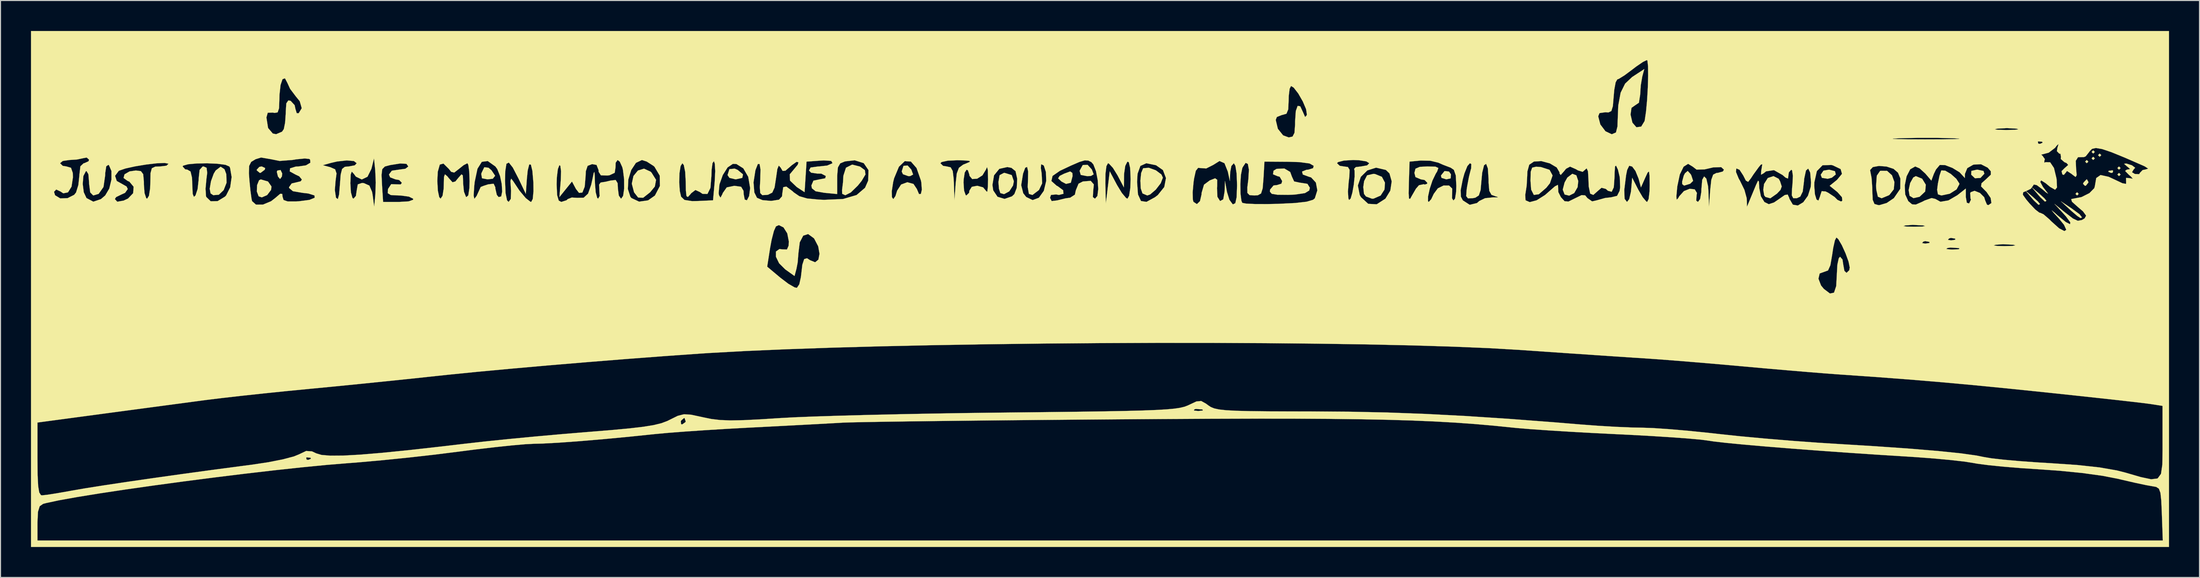
<source format=kicad_pcb>
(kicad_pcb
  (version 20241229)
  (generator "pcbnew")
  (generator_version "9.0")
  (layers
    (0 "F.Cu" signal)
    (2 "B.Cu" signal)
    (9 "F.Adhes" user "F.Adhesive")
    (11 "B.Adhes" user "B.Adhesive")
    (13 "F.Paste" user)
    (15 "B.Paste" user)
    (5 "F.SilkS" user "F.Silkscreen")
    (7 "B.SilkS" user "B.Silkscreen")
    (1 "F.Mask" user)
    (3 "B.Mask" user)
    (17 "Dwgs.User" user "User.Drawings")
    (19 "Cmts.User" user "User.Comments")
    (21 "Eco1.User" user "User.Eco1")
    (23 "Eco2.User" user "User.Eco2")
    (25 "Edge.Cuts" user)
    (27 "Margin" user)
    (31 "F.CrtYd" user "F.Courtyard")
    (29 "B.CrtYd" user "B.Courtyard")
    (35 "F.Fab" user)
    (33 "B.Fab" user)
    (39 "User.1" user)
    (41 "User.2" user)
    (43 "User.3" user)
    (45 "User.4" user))
  (footprint "1000miles"
    (layer "F.Cu")
    (at 105.097 25.405)
    (property "Reference" "1000miles" (at 0 0 0) (layer "F.SilkS") (effects (font (size 1.524 1.524) (thickness 0.3))))
    (attr through_hole)
    (fp_poly (pts (xy 96.52 -9.366) (xy 96.361 -9.207) (xy 96.203 -9.366) (xy 96.361 -9.525) (xy 96.52 -9.366)) (stroke (width 0.01) (type solid)) (fill yes) (layer "F.SilkS"))
    (fp_poly (pts (xy 97.472 -12.541) (xy 97.314 -12.383) (xy 97.155 -12.541) (xy 97.314 -12.7) (xy 97.472 -12.541)) (stroke (width 0.01) (type solid)) (fill yes) (layer "F.SilkS"))
    (fp_poly (pts (xy 98.108 -13.494) (xy 97.949 -13.335) (xy 97.79 -13.494) (xy 97.949 -13.652) (xy 98.108 -13.494)) (stroke (width 0.01) (type solid)) (fill yes) (layer "F.SilkS"))
    (fp_poly (pts (xy 98.108 -12.859) (xy 97.949 -12.7) (xy 97.79 -12.859) (xy 97.949 -13.018) (xy 98.108 -12.859)) (stroke (width 0.01) (type solid)) (fill yes) (layer "F.SilkS"))
    (fp_poly (pts (xy 98.743 -13.176) (xy 98.584 -13.018) (xy 98.425 -13.176) (xy 98.584 -13.335) (xy 98.743 -13.176)) (stroke (width 0.01) (type solid)) (fill yes) (layer "F.SilkS"))
    (fp_poly (pts (xy 100.647 -11.906) (xy 100.489 -11.748) (xy 100.33 -11.906) (xy 100.489 -12.065) (xy 100.647 -11.906)) (stroke (width 0.01) (type solid)) (fill yes) (layer "F.SilkS"))
    (fp_poly (pts (xy 100.647 -11.271) (xy 100.489 -11.113) (xy 100.33 -11.271) (xy 100.489 -11.43) (xy 100.647 -11.271)) (stroke (width 0.01) (type solid)) (fill yes) (layer "F.SilkS"))
    (fp_poly (pts (xy 99.907 -11.642) (xy 99.863 -11.453) (xy 99.695 -11.43) (xy 99.434 -11.546) (xy 99.483 -11.642) (xy 99.86 -11.68) (xy 99.907 -11.642)) (stroke (width 0.01) (type solid)) (fill yes) (layer "F.SilkS"))
    (fp_poly (pts (xy -80.356 -11.364) (xy -80.395 -11.069) (xy -80.57 -10.83) (xy -80.777 -11.07) (xy -80.894 -11.537) (xy -80.836 -11.663) (xy -80.522 -11.715) (xy -80.356 -11.364)) (stroke (width 0.01) (type solid)) (fill yes) (layer "F.SilkS"))
    (fp_poly (pts (xy 34.522 -11.564) (xy 34.717 -11.285) (xy 34.681 -10.889) (xy 34.254 -10.795) (xy 33.784 -10.943) (xy 33.728 -11.172) (xy 34.083 -11.614) (xy 34.522 -11.564)) (stroke (width 0.01) (type solid)) (fill yes) (layer "F.SilkS"))
    (fp_poly (pts (xy 91.996 -9.079) (xy 92.504 -8.615) (xy 92.71 -8.365) (xy 92.565 -8.285) (xy 92.111 -8.711) (xy 91.886 -8.969) (xy 91.281 -9.684) (xy 91.996 -9.079)) (stroke (width 0.01) (type solid)) (fill yes) (layer "F.SilkS"))
    (fp_poly (pts (xy 92.631 -9.396) (xy 93.139 -8.933) (xy 93.345 -8.682) (xy 93.2 -8.602) (xy 92.746 -9.029) (xy 92.521 -9.287) (xy 91.916 -10.001) (xy 92.631 -9.396)) (stroke (width 0.01) (type solid)) (fill yes) (layer "F.SilkS"))
    (fp_poly (pts (xy -82.044 -11.911) (xy -82.074 -11.748) (xy -82.48 -11.442) (xy -82.569 -11.43) (xy -82.859 -11.672) (xy -82.868 -11.748) (xy -82.609 -12.026) (xy -82.373 -12.065) (xy -82.044 -11.911)) (stroke (width 0.01) (type solid)) (fill yes) (layer "F.SilkS"))
    (fp_poly (pts (xy -18.42 -11.756) (xy -18.242 -11.27) (xy -18.525 -11.119) (xy -18.721 -11.113) (xy -19.242 -11.3) (xy -19.367 -11.57) (xy -19.189 -12.123) (xy -18.788 -12.163) (xy -18.42 -11.756)) (stroke (width 0.01) (type solid)) (fill yes) (layer "F.SilkS"))
    (fp_poly (pts (xy 72.523 -11.6) (xy 72.605 -11.277) (xy 72.215 -10.959) (xy 71.81 -10.852) (xy 71.237 -10.942) (xy 71.12 -11.249) (xy 71.394 -11.654) (xy 71.94 -11.748) (xy 72.523 -11.6)) (stroke (width 0.01) (type solid)) (fill yes) (layer "F.SilkS"))
    (fp_poly (pts (xy 87.148 -11.621) (xy 87.233 -11.351) (xy 86.847 -10.933) (xy 86.304 -10.904) (xy 85.934 -11.256) (xy 85.955 -11.629) (xy 86.486 -11.747) (xy 86.555 -11.748) (xy 87.148 -11.621)) (stroke (width 0.01) (type solid)) (fill yes) (layer "F.SilkS"))
    (fp_poly (pts (xy 95.806 -7.945) (xy 96.6 -7.364) (xy 96.843 -7.046) (xy 96.696 -6.985) (xy 96.395 -7.179) (xy 95.826 -7.661) (xy 95.665 -7.808) (xy 94.774 -8.631) (xy 95.806 -7.945)) (stroke (width 0.01) (type solid)) (fill yes) (layer "F.SilkS"))
    (fp_poly (pts (xy 97.469 -10.549) (xy 97.472 -10.477) (xy 97.228 -10.172) (xy 97.136 -10.16) (xy 96.947 -10.355) (xy 96.996 -10.477) (xy 97.282 -10.78) (xy 97.332 -10.795) (xy 97.469 -10.549)) (stroke (width 0.01) (type solid)) (fill yes) (layer "F.SilkS"))
    (fp_poly (pts (xy -60.051 -11.94) (xy -59.754 -11.684) (xy -59.396 -11.15) (xy -59.627 -10.856) (xy -60.137 -10.795) (xy -60.689 -10.901) (xy -60.762 -11.313) (xy -60.734 -11.43) (xy -60.465 -11.988) (xy -60.051 -11.94)) (stroke (width 0.01) (type solid)) (fill yes) (layer "F.SilkS"))
    (fp_poly (pts (xy -35.518 -11.725) (xy -34.99 -11.286) (xy -35.061 -10.939) (xy -35.706 -10.795) (xy -35.719 -10.795) (xy -36.326 -10.941) (xy -36.513 -11.218) (xy -36.332 -11.8) (xy -35.809 -11.852) (xy -35.518 -11.725)) (stroke (width 0.01) (type solid)) (fill yes) (layer "F.SilkS"))
    (fp_poly (pts (xy -2.563 -11.425) (xy -2.54 -11.124) (xy -2.712 -10.461) (xy -3.188 -10.348) (xy -3.632 -10.583) (xy -3.966 -10.895) (xy -3.813 -11.133) (xy -3.361 -11.36) (xy -2.776 -11.574) (xy -2.563 -11.425)) (stroke (width 0.01) (type solid)) (fill yes) (layer "F.SilkS"))
    (fp_poly (pts (xy -0.645 -11.767) (xy -0.466 -11.291) (xy -0.737 -11.127) (xy -1.123 -11.113) (xy -1.737 -11.231) (xy -1.851 -11.633) (xy -1.849 -11.642) (xy -1.54 -12.204) (xy -1.062 -12.222) (xy -0.645 -11.767)) (stroke (width 0.01) (type solid)) (fill yes) (layer "F.SilkS"))
    (fp_poly (pts (xy -81.76 -10.583) (xy -81.418 -10.096) (xy -81.453 -9.762) (xy -81.845 -9.245) (xy -82.368 -9.021) (xy -82.678 -9.124) (xy -82.86 -9.6) (xy -82.835 -10.227) (xy -82.64 -10.703) (xy -82.471 -10.79) (xy -81.76 -10.583)) (stroke (width 0.01) (type solid)) (fill yes) (layer "F.SilkS"))
    (fp_poly (pts (xy 47.061 -11.192) (xy 47.248 -10.631) (xy 47.183 -10.024) (xy 46.848 -9.444) (xy 46.351 -9.192) (xy 45.905 -9.301) (xy 45.72 -9.782) (xy 45.903 -10.49) (xy 46.175 -10.972) (xy 46.663 -11.343) (xy 47.061 -11.192)) (stroke (width 0.01) (type solid)) (fill yes) (layer "F.SilkS"))
    (fp_poly (pts (xy -8.531 -11.216) (xy -8.322 -10.607) (xy -8.405 -10.186) (xy -8.772 -9.616) (xy -9.285 -9.339) (xy -9.653 -9.441) (xy -9.791 -9.867) (xy -9.842 -10.53) (xy -9.726 -11.207) (xy -9.311 -11.427) (xy -9.226 -11.43) (xy -8.531 -11.216)) (stroke (width 0.01) (type solid)) (fill yes) (layer "F.SilkS"))
    (fp_poly (pts (xy 58.314 -11.307) (xy 58.38 -11.187) (xy 58.557 -10.647) (xy 58.271 -10.367) (xy 58.229 -10.35) (xy 57.668 -10.179) (xy 57.484 -10.327) (xy 57.472 -10.557) (xy 57.637 -11.169) (xy 57.756 -11.394) (xy 58.024 -11.623) (xy 58.314 -11.307)) (stroke (width 0.01) (type solid)) (fill yes) (layer "F.SilkS"))
    (fp_poly (pts (xy 81.107 -10.856) (xy 81.469 -10.266) (xy 81.409 -9.616) (xy 81.386 -9.578) (xy 80.855 -9.08) (xy 80.255 -8.944) (xy 79.871 -9.175) (xy 79.777 -9.735) (xy 79.926 -10.429) (xy 80.228 -10.973) (xy 80.482 -11.113) (xy 81.107 -10.856)) (stroke (width 0.01) (type solid)) (fill yes) (layer "F.SilkS"))
    (fp_poly (pts (xy -86.044 -11.79) (xy -85.863 -11.301) (xy -85.841 -10.457) (xy -86.126 -9.736) (xy -86.601 -9.281) (xy -87.148 -9.236) (xy -87.413 -9.413) (xy -87.499 -9.865) (xy -87.375 -10.607) (xy -87.103 -11.355) (xy -86.912 -11.668) (xy -86.423 -12.041) (xy -86.044 -11.79)) (stroke (width 0.01) (type solid)) (fill yes) (layer "F.SilkS"))
    (fp_poly (pts (xy -44.096 -11.555) (xy -43.992 -11.45) (xy -43.552 -10.745) (xy -43.669 -10.091) (xy -44.133 -9.525) (xy -44.817 -8.986) (xy -45.315 -9.003) (xy -45.717 -9.518) (xy -45.941 -10.37) (xy -45.777 -11.127) (xy -45.338 -11.663) (xy -44.74 -11.848) (xy -44.096 -11.555)) (stroke (width 0.01) (type solid)) (fill yes) (layer "F.SilkS"))
    (fp_poly (pts (xy 43.574 -12.006) (xy 44.421 -11.733) (xy 44.721 -11.177) (xy 44.458 -10.413) (xy 44.106 -9.973) (xy 43.364 -9.328) (xy 42.873 -9.262) (xy 42.609 -9.786) (xy 42.545 -10.656) (xy 42.566 -11.54) (xy 42.711 -11.949) (xy 43.102 -12.042) (xy 43.574 -12.006)) (stroke (width 0.01) (type solid)) (fill yes) (layer "F.SilkS"))
    (fp_poly (pts (xy 66.979 -10.853) (xy 67.117 -10.61) (xy 67.282 -10.095) (xy 67.163 -9.759) (xy 66.811 -9.389) (xy 66.158 -8.931) (xy 65.676 -9.063) (xy 65.553 -9.226) (xy 65.464 -9.768) (xy 65.54 -10.337) (xy 65.91 -10.927) (xy 66.469 -11.112) (xy 66.979 -10.853)) (stroke (width 0.01) (type solid)) (fill yes) (layer "F.SilkS"))
    (fp_poly (pts (xy -23.472 -12.053) (xy -22.992 -11.701) (xy -22.932 -11.28) (xy -23.309 -10.646) (xy -23.682 -10.184) (xy -24.372 -9.51) (xy -24.922 -9.231) (xy -25.229 -9.374) (xy -25.237 -9.763) (xy -25.145 -10.514) (xy -25.107 -11.158) (xy -24.854 -11.941) (xy -24.242 -12.249) (xy -23.472 -12.053)) (stroke (width 0.01) (type solid)) (fill yes) (layer "F.SilkS"))
    (fp_poly (pts (xy 27.227 -11.326) (xy 27.912 -11.046) (xy 28.218 -10.468) (xy 28.17 -9.788) (xy 27.789 -9.2) (xy 27.099 -8.899) (xy 26.939 -8.89) (xy 26.345 -9.11) (xy 26.15 -9.367) (xy 26.08 -10.036) (xy 26.161 -10.618) (xy 26.455 -11.192) (xy 27.068 -11.334) (xy 27.227 -11.326)) (stroke (width 0.01) (type solid)) (fill yes) (layer "F.SilkS"))
    (fp_poly (pts (xy 77.654 -11.631) (xy 78.136 -11.196) (xy 78.378 -10.527) (xy 78.316 -9.817) (xy 77.885 -9.264) (xy 77.808 -9.219) (xy 77.118 -8.935) (xy 76.749 -9.087) (xy 76.596 -9.756) (xy 76.571 -10.171) (xy 76.641 -11.157) (xy 76.961 -11.618) (xy 77 -11.635) (xy 77.654 -11.631)) (stroke (width 0.01) (type solid)) (fill yes) (layer "F.SilkS"))
    (fp_poly (pts (xy 5.657 -11.685) (xy 6.203 -11.277) (xy 6.35 -10.962) (xy 6.139 -10.414) (xy 5.65 -9.781) (xy 5.098 -9.31) (xy 4.815 -9.207) (xy 4.358 -9.402) (xy 4.339 -9.419) (xy 4.173 -9.897) (xy 4.134 -10.664) (xy 4.212 -11.423) (xy 4.399 -11.876) (xy 4.418 -11.89) (xy 4.967 -11.935) (xy 5.657 -11.685)) (stroke (width 0.01) (type solid)) (fill yes) (layer "F.SilkS"))
    (fp_poly (pts (xy 83.37 -11.655) (xy 83.932 -11.326) (xy 84.47 -10.85) (xy 84.763 -10.396) (xy 84.772 -10.323) (xy 84.496 -9.805) (xy 83.828 -9.383) (xy 83.009 -9.208) (xy 83.006 -9.207) (xy 82.662 -9.32) (xy 82.581 -9.767) (xy 82.654 -10.358) (xy 82.817 -11.156) (xy 82.978 -11.638) (xy 83.003 -11.671) (xy 83.37 -11.655)) (stroke (width 0.01) (type solid)) (fill yes) (layer "F.SilkS"))
    (fp_poly (pts (xy 18.887 -11.522) (xy 19.05 -11.075) (xy 19.272 -10.589) (xy 19.791 -10.477) (xy 20.583 -10.355) (xy 20.821 -9.967) (xy 20.758 -9.697) (xy 20.336 -9.44) (xy 19.352 -9.295) (xy 18.696 -9.27) (xy 17.633 -9.279) (xy 17.073 -9.37) (xy 16.886 -9.58) (xy 16.899 -9.781) (xy 17.25 -10.197) (xy 17.553 -10.225) (xy 18.017 -10.366) (xy 18.098 -10.622) (xy 17.85 -11.052) (xy 17.621 -11.113) (xy 17.195 -11.292) (xy 17.244 -11.643) (xy 17.542 -11.828) (xy 18.31 -11.864) (xy 18.887 -11.522)) (stroke (width 0.01) (type solid)) (fill yes) (layer "F.SilkS"))
    (fp_poly (pts (xy 105.41 25.4) (xy -105.093 25.4) (xy -105.093 23.04) (xy -104.458 23.04) (xy -104.457 24.765) (xy 104.801 24.765) (xy 104.708 22.146) (xy 104.653 20.86) (xy 104.57 20.076) (xy 104.416 19.663) (xy 104.147 19.488) (xy 103.823 19.431) (xy 103.149 19.312) (xy 102.064 19.081) (xy 100.771 18.783) (xy 100.399 18.693) (xy 98.862 18.394) (xy 96.869 18.12) (xy 94.599 17.895) (xy 92.779 17.767) (xy 90.919 17.645) (xy 89.152 17.5) (xy 87.633 17.347) (xy 86.522 17.202) (xy 86.201 17.143) (xy 85.307 17.001) (xy 83.942 16.845) (xy 82.271 16.69) (xy 80.458 16.554) (xy 79.851 16.515) (xy 76.823 16.325) (xy 73.812 16.123) (xy 70.897 15.915) (xy 68.158 15.708) (xy 65.678 15.507) (xy 63.534 15.32) (xy 61.809 15.153) (xy 60.583 15.013) (xy 60.071 14.935) (xy 59.314 14.836) (xy 58.035 14.721) (xy 56.349 14.598) (xy 54.368 14.473) (xy 52.207 14.355) (xy 51.099 14.302) (xy 48.784 14.187) (xy 46.496 14.06) (xy 44.374 13.928) (xy 42.555 13.802) (xy 41.179 13.688) (xy 40.799 13.65) (xy 38.96 13.463) (xy 37.105 13.301) (xy 35.182 13.163) (xy 33.138 13.047) (xy 30.92 12.953) (xy 28.475 12.88) (xy 25.75 12.826) (xy 22.693 12.79) (xy 19.251 12.771) (xy 15.372 12.768) (xy 11.001 12.78) (xy 6.087 12.806) (xy 2.105 12.833) (xy -1.878 12.864) (xy -5.729 12.897) (xy -9.392 12.932) (xy -12.813 12.967) (xy -15.936 13.003) (xy -18.707 13.039) (xy -21.071 13.073) (xy -22.972 13.105) (xy -24.358 13.135) (xy -25.171 13.162) (xy -25.241 13.166) (xy -26.367 13.23) (xy -27.977 13.318) (xy -29.923 13.421) (xy -32.055 13.533) (xy -34.225 13.644) (xy -34.29 13.647) (xy -36.488 13.767) (xy -38.681 13.902) (xy -40.711 14.04) (xy -42.422 14.172) (xy -43.656 14.286) (xy -46.293 14.558) (xy -48.835 14.797) (xy -51.168 14.993) (xy -53.18 15.138) (xy -54.754 15.222) (xy -55.527 15.24) (xy -56.391 15.283) (xy -57.744 15.401) (xy -59.445 15.58) (xy -61.355 15.805) (xy -62.969 16.013) (xy -65.315 16.307) (xy -67.919 16.6) (xy -70.526 16.864) (xy -72.879 17.074) (xy -73.819 17.146) (xy -75.905 17.316) (xy -78.357 17.554) (xy -81.087 17.848) (xy -84.005 18.186) (xy -87.025 18.557) (xy -90.059 18.949) (xy -93.018 19.35) (xy -95.814 19.748) (xy -98.359 20.132) (xy -100.566 20.49) (xy -102.346 20.81) (xy -103.612 21.081) (xy -103.902 21.157) (xy -104.237 21.389) (xy -104.408 21.94) (xy -104.457 22.961) (xy -104.458 23.04) (xy -105.093 23.04) (xy -105.093 13.15) (xy -104.457 13.15) (xy -104.457 16.735) (xy -104.442 18.345) (xy -104.388 19.414) (xy -104.284 20.032) (xy -104.118 20.294) (xy -104.016 20.32) (xy -103.509 20.264) (xy -102.564 20.117) (xy -101.363 19.907) (xy -101.079 19.854) (xy -99.758 19.626) (xy -97.91 19.334) (xy -95.641 18.993) (xy -93.055 18.619) (xy -90.257 18.226) (xy -87.351 17.829) (xy -84.44 17.443) (xy -83.389 17.307) (xy -81.738 17.059) (xy -80.295 16.775) (xy -79.691 16.616) (xy -77.999 16.616) (xy -77.956 16.805) (xy -77.787 16.828) (xy -77.526 16.711) (xy -77.576 16.616) (xy -77.953 16.578) (xy -77.999 16.616) (xy -79.691 16.616) (xy -79.212 16.489) (xy -78.719 16.288) (xy -78.003 15.95) (xy -77.429 15.989) (xy -77.002 16.188) (xy -76.487 16.34) (xy -75.625 16.413) (xy -74.373 16.405) (xy -72.688 16.312) (xy -70.529 16.132) (xy -67.853 15.863) (xy -64.617 15.5) (xy -62.389 15.238) (xy -60.42 15.017) (xy -58.023 14.771) (xy -55.404 14.521) (xy -52.766 14.286) (xy -50.381 14.089) (xy -48.014 13.897) (xy -46.188 13.728) (xy -44.812 13.568) (xy -43.792 13.403) (xy -43.037 13.219) (xy -42.494 13.018) (xy -41.116 13.018) (xy -41.091 13.31) (xy -40.976 13.335) (xy -40.653 13.105) (xy -40.64 13.018) (xy -40.748 12.708) (xy -40.78 12.7) (xy -41.051 12.922) (xy -41.116 13.018) (xy -42.494 13.018) (xy -42.454 13.003) (xy -42.164 12.859) (xy -41.414 12.489) (xy -40.808 12.335) (xy -40.101 12.379) (xy -39.048 12.604) (xy -38.931 12.631) (xy -38.105 12.8) (xy -37.243 12.903) (xy -36.222 12.941) (xy -34.917 12.916) (xy -33.203 12.83) (xy -31.433 12.716) (xy -30.004 12.638) (xy -28.027 12.558) (xy -25.589 12.48) (xy -22.778 12.404) (xy -19.68 12.333) (xy -16.382 12.269) (xy -12.971 12.214) (xy -9.536 12.171) (xy -9.049 12.166) (xy -5.322 12.126) (xy -2.176 12.089) (xy 0.442 12.051) (xy 2.585 12.011) (xy 4.134 11.971) (xy 9.406 11.971) (xy 9.842 12.015) (xy 10.293 11.965) (xy 10.239 11.855) (xy 9.589 11.813) (xy 9.446 11.855) (xy 9.406 11.971) (xy 4.134 11.971) (xy 4.306 11.966) (xy 5.66 11.915) (xy 6.7 11.854) (xy 7.479 11.783) (xy 8.051 11.697) (xy 8.468 11.597) (xy 8.785 11.478) (xy 8.903 11.422) (xy 9.653 11.073) (xy 10.127 11.031) (xy 10.606 11.298) (xy 10.808 11.451) (xy 11.071 11.624) (xy 11.407 11.76) (xy 11.89 11.864) (xy 12.593 11.94) (xy 13.589 11.993) (xy 14.951 12.027) (xy 16.752 12.046) (xy 19.065 12.054) (xy 20.955 12.057) (xy 24.749 12.083) (xy 28.445 12.161) (xy 32.173 12.299) (xy 36.066 12.501) (xy 40.256 12.774) (xy 44.875 13.125) (xy 47.466 13.339) (xy 49.228 13.47) (xy 51.014 13.575) (xy 52.588 13.64) (xy 53.499 13.656) (xy 54.598 13.693) (xy 56.157 13.797) (xy 58.003 13.955) (xy 59.968 14.152) (xy 60.96 14.264) (xy 63.106 14.492) (xy 65.643 14.728) (xy 68.33 14.951) (xy 70.923 15.14) (xy 72.39 15.232) (xy 76.442 15.48) (xy 79.878 15.72) (xy 82.694 15.954) (xy 84.885 16.179) (xy 86.448 16.397) (xy 87.154 16.54) (xy 87.904 16.668) (xy 89.147 16.809) (xy 90.743 16.951) (xy 92.549 17.081) (xy 93.662 17.146) (xy 96.389 17.332) (xy 98.566 17.568) (xy 100.275 17.865) (xy 101.123 18.081) (xy 102.634 18.52) (xy 103.658 18.737) (xy 104.29 18.658) (xy 104.624 18.204) (xy 104.755 17.299) (xy 104.776 15.867) (xy 104.775 15.122) (xy 104.775 11.511) (xy 103.584 11.325) (xy 102.964 11.244) (xy 101.805 11.108) (xy 100.201 10.927) (xy 98.246 10.713) (xy 96.033 10.474) (xy 93.656 10.222) (xy 93.345 10.189) (xy 89.489 9.792) (xy 86.072 9.458) (xy 82.903 9.17) (xy 79.792 8.911) (xy 76.547 8.666) (xy 72.978 8.418) (xy 72.866 8.41) (xy 71.635 8.319) (xy 69.928 8.182) (xy 67.902 8.012) (xy 65.713 7.823) (xy 63.518 7.626) (xy 63.5 7.624) (xy 61.291 7.427) (xy 59.073 7.238) (xy 57.006 7.069) (xy 55.251 6.933) (xy 53.975 6.844) (xy 52.867 6.773) (xy 51.239 6.666) (xy 49.205 6.529) (xy 46.879 6.372) (xy 44.373 6.2) (xy 41.801 6.023) (xy 41.434 5.997) (xy 38.447 5.824) (xy 34.897 5.677) (xy 30.853 5.554) (xy 26.385 5.457) (xy 21.564 5.384) (xy 16.46 5.335) (xy 11.143 5.31) (xy 5.684 5.308) (xy 0.153 5.33) (xy -5.38 5.374) (xy -10.845 5.442) (xy -16.17 5.531) (xy -21.287 5.642) (xy -26.124 5.775) (xy -30.611 5.93) (xy -34.678 6.105) (xy -38.255 6.301) (xy -39.211 6.363) (xy -42.737 6.612) (xy -46.495 6.896) (xy -50.352 7.205) (xy -54.173 7.525) (xy -57.824 7.848) (xy -61.172 8.159) (xy -64.082 8.45) (xy -65.246 8.574) (xy -67.487 8.814) (xy -70.125 9.087) (xy -72.925 9.371) (xy -75.654 9.641) (xy -77.634 9.831) (xy -79.908 10.052) (xy -82.228 10.29) (xy -84.424 10.526) (xy -86.329 10.743) (xy -87.774 10.92) (xy -87.794 10.923) (xy -89.233 11.114) (xy -91.131 11.367) (xy -93.318 11.659) (xy -95.625 11.967) (xy -97.869 12.267) (xy -104.457 13.15) (xy -105.093 13.15) (xy -105.093 -2.198) (xy -32.61 -2.198) (xy -31.307 -1.106) (xy -30.523 -0.511) (xy -29.909 -0.158) (xy -29.686 -0.11) (xy -29.449 -0.46) (xy -29.326 -1.013) (xy 70.896 -1.013) (xy 71.154 -0.344) (xy 71.43 -0.008) (xy 72.032 0.446) (xy 72.429 0.362) (xy 72.645 -0.288) (xy 72.707 -1.447) (xy 72.76 -2.398) (xy 72.896 -3.025) (xy 73.025 -3.175) (xy 73.264 -2.903) (xy 73.343 -2.381) (xy 73.451 -1.785) (xy 73.66 -1.587) (xy 73.933 -1.848) (xy 73.978 -2.118) (xy 73.859 -2.701) (xy 73.567 -3.505) (xy 73.371 -3.937) (xy 83.483 -3.937) (xy 83.922 -3.887) (xy 84.138 -3.884) (xy 84.715 -3.917) (xy 84.783 -3.999) (xy 84.693 -4.029) (xy 83.888 -4.078) (xy 83.582 -4.029) (xy 83.483 -3.937) (xy 73.371 -3.937) (xy 73.212 -4.286) (xy 88.147 -4.286) (xy 88.508 -4.238) (xy 89.218 -4.223) (xy 90.001 -4.242) (xy 90.295 -4.294) (xy 90.091 -4.355) (xy 89.065 -4.408) (xy 88.344 -4.355) (xy 88.147 -4.286) (xy 73.212 -4.286) (xy 73.2 -4.312) (xy 73.078 -4.521) (xy 81.1 -4.521) (xy 81.412 -4.47) (xy 81.824 -4.528) (xy 81.829 -4.637) (xy 81.404 -4.713) (xy 81.22 -4.662) (xy 81.1 -4.521) (xy 73.078 -4.521) (xy 72.892 -4.838) (xy 83.64 -4.838) (xy 83.952 -4.788) (xy 84.364 -4.846) (xy 84.369 -4.954) (xy 83.944 -5.03) (xy 83.76 -4.979) (xy 83.64 -4.838) (xy 72.892 -4.838) (xy 72.855 -4.902) (xy 72.665 -5.072) (xy 72.518 -4.791) (xy 72.353 -4.059) (xy 72.25 -3.372) (xy 72.073 -2.341) (xy 71.841 -1.825) (xy 71.511 -1.705) (xy 71.018 -1.528) (xy 70.896 -1.013) (xy -29.326 -1.013) (xy -29.288 -1.187) (xy -29.277 -1.294) (xy -29.148 -2.396) (xy -28.967 -2.946) (xy -28.685 -3.026) (xy -28.388 -2.834) (xy -27.886 -2.631) (xy -27.568 -2.891) (xy -27.459 -3.464) (xy -27.586 -4.199) (xy -27.974 -4.944) (xy -28.018 -5.001) (xy -28.577 -5.409) (xy -29.062 -5.25) (xy -29.404 -4.593) (xy -29.532 -3.546) (xy -29.61 -2.598) (xy -29.727 -1.988) (xy -29.917 -1.278) (xy -30.833 -1.931) (xy -31.436 -2.531) (xy -31.748 -3.171) (xy -31.745 -3.692) (xy -31.404 -3.932) (xy -31.115 -3.902) (xy -30.665 -3.888) (xy -30.496 -4.275) (xy -30.48 -4.687) (xy -30.633 -5.477) (xy -31.003 -6.063) (xy -31.258 -6.191) (xy 79.257 -6.191) (xy 79.618 -6.143) (xy 80.328 -6.128) (xy 81.111 -6.147) (xy 81.405 -6.199) (xy 81.201 -6.26) (xy 80.175 -6.313) (xy 79.454 -6.26) (xy 79.257 -6.191) (xy -31.258 -6.191) (xy -31.458 -6.291) (xy -31.747 -6.162) (xy -31.949 -5.71) (xy -32.173 -4.841) (xy -32.322 -4.036) (xy -32.61 -2.198) (xy -105.093 -2.198) (xy -105.093 -9.569) (xy -102.828 -9.569) (xy -102.724 -9.229) (xy -102.214 -8.919) (xy -101.489 -8.946) (xy -100.844 -9.271) (xy -100.659 -9.504) (xy -100.432 -10.243) (xy -100.421 -10.344) (xy -100.002 -10.344) (xy -99.899 -9.524) (xy -99.633 -8.955) (xy -99.632 -8.954) (xy -98.957 -8.597) (xy -98.212 -8.847) (xy -98.205 -8.853) (xy -96.838 -8.853) (xy -96.602 -8.592) (xy -95.977 -8.703) (xy -95.547 -8.901) (xy -95.036 -9.433) (xy -94.991 -10.069) (xy -95.405 -10.566) (xy -95.584 -10.642) (xy -95.984 -10.934) (xy -95.885 -11.29) (xy -95.392 -11.577) (xy -94.768 -11.668) (xy -94.276 -11.606) (xy -94.047 -11.304) (xy -93.982 -10.591) (xy -93.98 -10.279) (xy -93.915 -9.441) (xy -93.752 -8.946) (xy -93.662 -8.89) (xy -93.481 -9.176) (xy -93.366 -9.906) (xy -93.345 -10.477) (xy -93.325 -11.417) (xy -93.197 -11.886) (xy -92.861 -12.047) (xy -92.374 -12.065) (xy -90.17 -12.065) (xy -89.913 -11.783) (xy -89.694 -11.748) (xy -89.386 -11.568) (xy -89.24 -10.953) (xy -89.213 -10.239) (xy -89.174 -9.364) (xy -89.055 -9.07) (xy -88.9 -9.207) (xy -88.693 -9.831) (xy -88.59 -10.737) (xy -88.587 -10.874) (xy -88.494 -11.726) (xy -88.201 -12.054) (xy -88.102 -12.065) (xy -87.807 -11.934) (xy -87.745 -11.444) (xy -87.824 -10.807) (xy -87.909 -9.877) (xy -87.866 -9.162) (xy -87.837 -9.061) (xy -87.4 -8.638) (xy -86.72 -8.653) (xy -85.997 -9.091) (xy -85.885 -9.207) (xy -85.483 -10.004) (xy -85.339 -11.023) (xy -85.403 -11.397) (xy -83.639 -11.397) (xy -83.593 -10.742) (xy -83.492 -9.711) (xy -83.385 -8.917) (xy -83.33 -8.652) (xy -82.942 -8.306) (xy -82.25 -8.311) (xy -81.459 -8.64) (xy -81.062 -8.945) (xy -80.558 -9.375) (xy -80.358 -9.366) (xy -80.328 -9.088) (xy -80.227 -8.763) (xy -79.826 -8.622) (xy -78.976 -8.622) (xy -78.736 -8.635) (xy -77.687 -8.771) (xy -77.161 -8.984) (xy -77.187 -9.213) (xy -77.791 -9.402) (xy -78.343 -9.464) (xy -79.306 -9.628) (xy -79.684 -9.947) (xy -79.692 -10.02) (xy -79.428 -10.391) (xy -79.058 -10.477) (xy -78.541 -10.602) (xy -78.422 -10.774) (xy -78.685 -11.096) (xy -79.058 -11.271) (xy -79.616 -11.579) (xy -79.591 -11.878) (xy -79.026 -12.053) (xy -78.759 -12.065) (xy -78.022 -12.173) (xy -77.997 -12.188) (xy -76.359 -12.188) (xy -75.625 -11.992) (xy -75.149 -11.784) (xy -75.011 -11.375) (xy -75.105 -10.663) (xy -75.178 -9.747) (xy -75.072 -9.023) (xy -75.05 -8.972) (xy -74.882 -8.85) (xy -74.76 -9.308) (xy -74.682 -10.239) (xy -74.67 -10.398) (xy -73.65 -10.398) (xy -73.596 -9.519) (xy -73.447 -8.975) (xy -73.343 -8.89) (xy -73.106 -9.162) (xy -73.025 -9.706) (xy -72.921 -10.3) (xy -72.503 -10.44) (xy -72.311 -10.42) (xy -71.779 -10.182) (xy -71.507 -9.551) (xy -71.45 -9.207) (xy -71.304 -8.096) (xy -71.193 -9.287) (xy -71.15 -10.48) (xy -71.182 -11.233) (xy -70.579 -11.233) (xy -70.535 -10.295) (xy -70.426 -8.572) (xy -68.849 -8.572) (xy -67.906 -8.628) (xy -67.471 -8.784) (xy -67.469 -8.89) (xy -67.886 -9.095) (xy -68.672 -9.203) (xy -68.887 -9.207) (xy -69.671 -9.249) (xy -69.971 -9.436) (xy -69.94 -9.851) (xy -69.629 -10.323) (xy -69.176 -10.306) (xy -68.694 -10.293) (xy -68.58 -10.456) (xy -68.754 -10.636) (xy -65.088 -10.636) (xy -65.035 -9.68) (xy -64.901 -9.046) (xy -64.77 -8.89) (xy -64.575 -9.173) (xy -64.463 -9.882) (xy -64.453 -10.221) (xy -64.434 -11.028) (xy -64.339 -11.291) (xy -64.108 -11.101) (xy -63.976 -10.935) (xy -63.594 -10.508) (xy -63.311 -10.586) (xy -63.024 -10.935) (xy -62.712 -11.289) (xy -62.578 -11.19) (xy -62.548 -10.556) (xy -62.547 -10.398) (xy -62.468 -9.586) (xy -62.271 -9.084) (xy -62.23 -9.049) (xy -62.066 -9.19) (xy -61.512 -9.19) (xy -61.443 -8.874) (xy -61.218 -9.164) (xy -60.818 -10.041) (xy -60.544 -10.152) (xy -60.087 -10.301) (xy -59.543 -10.366) (xy -59.376 -10.009) (xy -59.373 -9.883) (xy -59.231 -9.266) (xy -59.055 -9.049) (xy -58.798 -9.111) (xy -58.702 -9.6) (xy -58.747 -10.333) (xy -58.814 -10.655) (xy -58.42 -10.655) (xy -58.369 -9.438) (xy -58.224 -8.729) (xy -58.069 -8.572) (xy -57.856 -8.864) (xy -57.827 -9.677) (xy -57.844 -9.887) (xy -57.89 -10.657) (xy -57.813 -10.863) (xy -57.639 -10.646) (xy -56.997 -9.682) (xy -56.381 -8.947) (xy -55.917 -8.587) (xy -55.845 -8.572) (xy -55.693 -8.862) (xy -55.62 -9.626) (xy -55.628 -10.3) (xy -53.34 -10.3) (xy -53.293 -9.24) (xy -53.133 -8.702) (xy -52.882 -8.572) (xy -52.36 -8.739) (xy -52.255 -8.847) (xy -51.85 -9.006) (xy -51.321 -8.976) (xy -50.682 -8.987) (xy -50.249 -9.383) (xy -49.935 -10.268) (xy -49.823 -10.784) (xy -49.691 -11.418) (xy -49.62 -11.528) (xy -49.585 -11.073) (xy -49.567 -10.398) (xy -49.494 -9.519) (xy -49.349 -8.975) (xy -49.257 -8.89) (xy -49.104 -9.154) (xy -49.135 -9.684) (xy -49.156 -10.275) (xy -49.011 -10.482) (xy -48.51 -10.561) (xy -48.022 -10.678) (xy -47.525 -10.731) (xy -47.334 -10.416) (xy -47.307 -9.88) (xy -47.219 -9.195) (xy -47.004 -8.891) (xy -46.99 -8.89) (xy -46.794 -9.17) (xy -46.699 -9.837) (xy -46.328 -9.837) (xy -46.08 -9.08) (xy -45.974 -8.954) (xy -45.222 -8.6) (xy -44.339 -8.725) (xy -43.666 -9.197) (xy -43.172 -10.143) (xy -43.179 -10.519) (xy -41.273 -10.519) (xy -41.214 -9.65) (xy -41.086 -9.086) (xy -40.754 -8.767) (xy -40.002 -8.653) (xy -39.42 -8.663) (xy -37.941 -8.731) (xy -37.879 -9.43) (xy -37.389 -9.43) (xy -37.352 -9.226) (xy -37.206 -8.992) (xy -37.018 -9.347) (xy -36.985 -9.446) (xy -36.592 -10.004) (xy -35.84 -10.16) (xy -35.178 -10.067) (xy -34.943 -9.674) (xy -34.925 -9.348) (xy -34.824 -8.807) (xy -34.608 -8.731) (xy -34.387 -9.156) (xy -34.29 -9.915) (xy -34.29 -9.949) (xy -34.383 -10.497) (xy -33.955 -10.497) (xy -33.876 -9.507) (xy -33.617 -8.979) (xy -33.074 -8.749) (xy -32.244 -8.675) (xy -32.189 -8.677) (xy -31.445 -8.792) (xy -31.151 -9.116) (xy -31.116 -9.446) (xy -31.031 -10.022) (xy -30.728 -10.086) (xy -30.129 -9.64) (xy -29.984 -9.507) (xy -29.44 -9.134) (xy -28.677 -8.913) (xy -27.518 -8.801) (xy -27.001 -8.779) (xy -25.142 -8.86) (xy -23.812 -9.25) (xy -23.378 -9.62) (xy -20.344 -9.62) (xy -20.325 -9.033) (xy -20.19 -8.849) (xy -19.98 -9.153) (xy -19.815 -9.684) (xy -19.426 -10.284) (xy -18.81 -10.511) (xy -18.207 -10.345) (xy -17.873 -9.846) (xy -17.66 -9.344) (xy -17.478 -9.359) (xy -17.383 -9.776) (xy -17.432 -10.476) (xy -17.472 -10.679) (xy -17.905 -11.913) (xy -18.316 -12.383) (xy -15.557 -12.383) (xy -15.292 -12.125) (xy -14.922 -12.065) (xy -14.544 -11.979) (xy -14.341 -11.619) (xy -14.248 -10.833) (xy -14.229 -10.398) (xy -14.17 -8.731) (xy -14.054 -10.377) (xy -14.043 -10.477) (xy -13.278 -10.477) (xy -13.223 -9.682) (xy -13.064 -9.24) (xy -12.998 -9.207) (xy -12.733 -9.465) (xy -12.7 -9.684) (xy -12.461 -10.061) (xy -11.922 -10.164) (xy -11.351 -10.006) (xy -11.014 -9.604) (xy -10.936 -9.578) (xy -10.881 -10.075) (xy -10.877 -10.242) (xy -10.433 -10.242) (xy -10.353 -9.707) (xy -9.931 -9.079) (xy -9.236 -8.87) (xy -8.508 -9.121) (xy -8.272 -9.346) (xy -8.037 -9.964) (xy -8.024 -10.221) (xy -7.601 -10.221) (xy -7.399 -9.427) (xy -7.107 -9.057) (xy -6.474 -8.752) (xy -5.861 -8.982) (xy -4.763 -8.982) (xy -4.599 -8.655) (xy -4.048 -8.725) (xy -3.229 -8.926) (xy -2.778 -8.989) (xy -2.314 -9.288) (xy -2.223 -9.715) (xy -1.953 -10.367) (xy -1.532 -10.584) (xy -0.758 -10.65) (xy -0.446 -10.294) (xy -0.51 -9.664) (xy -0.542 -9.046) (xy -0.335 -8.89) (xy -0.097 -9.161) (xy -0.014 -9.839) (xy -0.047 -10.398) (xy 0.685 -10.398) (xy 0.735 -8.414) (xy 0.926 -10.001) (xy 1.117 -11.589) (xy 1.835 -10.239) (xy 2.314 -9.45) (xy 2.723 -8.964) (xy 2.864 -8.89) (xy 3.027 -9.179) (xy 3.14 -9.929) (xy 3.164 -10.54) (xy 3.81 -10.54) (xy 3.899 -9.308) (xy 4.193 -8.663) (xy 4.734 -8.578) (xy 5.563 -9.029) (xy 5.848 -9.244) (xy 6.072 -9.523) (xy 9.282 -9.523) (xy 9.303 -8.791) (xy 9.36 -8.582) (xy 9.699 -8.359) (xy 10.002 -8.646) (xy 10.158 -9.322) (xy 10.162 -9.464) (xy 10.399 -10.27) (xy 10.967 -10.691) (xy 11.495 -10.898) (xy 11.698 -10.756) (xy 11.695 -10.138) (xy 11.679 -9.93) (xy 11.72 -9.072) (xy 11.981 -8.661) (xy 11.986 -8.659) (xy 12.293 -8.824) (xy 12.424 -9.578) (xy 12.466 -10.636) (xy 12.662 -9.55) (xy 12.899 -8.784) (xy 13.217 -8.351) (xy 13.256 -8.333) (xy 13.482 -8.448) (xy 13.609 -9.031) (xy 13.652 -10.159) (xy 13.652 -10.292) (xy 13.651 -10.32) (xy 13.978 -10.32) (xy 13.994 -9.388) (xy 14.081 -8.687) (xy 14.169 -8.479) (xy 14.55 -8.407) (xy 15.424 -8.366) (xy 16.649 -8.362) (xy 17.696 -8.384) (xy 19.379 -8.466) (xy 20.501 -8.594) (xy 21.133 -8.78) (xy 21.31 -8.927) (xy 21.558 -9.714) (xy 21.414 -10.481) (xy 20.947 -10.985) (xy 20.717 -11.055) (xy 20.128 -11.272) (xy 20.052 -11.561) (xy 20.502 -11.741) (xy 20.664 -11.748) (xy 21.143 -11.895) (xy 21.198 -12.129) (xy 20.797 -12.358) (xy 20.615 -12.383) (xy 23.495 -12.383) (xy 23.763 -12.13) (xy 24.171 -12.065) (xy 24.568 -12.01) (xy 24.732 -11.737) (xy 24.712 -11.084) (xy 24.644 -10.534) (xy 24.571 -9.592) (xy 24.614 -8.923) (xy 24.682 -8.759) (xy 24.837 -8.9) (xy 25.002 -9.469) (xy 25.131 -10.188) (xy 25.548 -10.188) (xy 25.733 -9.249) (xy 25.854 -9.039) (xy 26.567 -8.386) (xy 27.402 -8.34) (xy 28.258 -8.89) (xy 28.576 -9.41) (xy 30.549 -9.41) (xy 30.583 -8.9) (xy 30.693 -8.871) (xy 30.88 -9.207) (xy 31.267 -9.875) (xy 31.567 -10.218) (xy 32.041 -10.316) (xy 32.132 -10.279) (xy 32.371 -10.357) (xy 32.385 -10.459) (xy 32.119 -10.732) (xy 31.75 -10.795) (xy 31.219 -11.02) (xy 31.115 -11.43) (xy 31.221 -11.845) (xy 31.649 -12.028) (xy 32.392 -12.065) (xy 33.193 -12.044) (xy 33.475 -11.913) (xy 33.354 -11.572) (xy 33.217 -11.351) (xy 32.894 -10.682) (xy 32.624 -9.868) (xy 32.46 -9.118) (xy 32.454 -8.642) (xy 32.526 -8.572) (xy 32.767 -8.833) (xy 33.02 -9.366) (xy 33.422 -9.91) (xy 33.99 -10.189) (xy 34.527 -10.186) (xy 34.841 -9.884) (xy 34.833 -9.525) (xy 34.819 -8.935) (xy 34.955 -8.713) (xy 35.116 -8.893) (xy 35.22 -9.545) (xy 35.227 -9.74) (xy 35.672 -9.74) (xy 35.689 -9.097) (xy 35.883 -8.725) (xy 36.561 -8.288) (xy 37.275 -8.462) (xy 37.502 -8.662) (xy 38.072 -8.939) (xy 38.864 -9.022) (xy 39.351 -9.022) (xy 39.248 -9.088) (xy 39.132 -9.113) (xy 38.7 -9.275) (xy 38.694 -9.287) (xy 42.027 -9.287) (xy 42.058 -8.733) (xy 42.472 -8.553) (xy 43.151 -8.733) (xy 43.979 -9.255) (xy 44.375 -9.604) (xy 44.95 -10.106) (xy 45.251 -10.256) (xy 45.256 -10.151) (xy 45.286 -9.54) (xy 45.538 -9.04) (xy 45.906 -8.638) (xy 46.291 -8.613) (xy 46.924 -8.926) (xy 47.577 -9.244) (xy 47.929 -9.218) (xy 48.151 -8.948) (xy 48.614 -8.626) (xy 49.074 -8.732) (xy 49.892 -8.961) (xy 50.483 -9.027) (xy 51.069 -9.168) (xy 51.324 -9.672) (xy 51.336 -9.764) (xy 51.78 -9.764) (xy 51.809 -8.881) (xy 52.044 -8.573) (xy 52.051 -8.572) (xy 52.267 -8.853) (xy 52.43 -9.549) (xy 52.454 -9.763) (xy 52.558 -10.954) (xy 53.167 -9.763) (xy 53.599 -9.027) (xy 53.952 -8.609) (xy 54.034 -8.572) (xy 54.176 -8.859) (xy 54.206 -9.112) (xy 56.908 -9.112) (xy 56.937 -8.786) (xy 57.09 -8.943) (xy 57.191 -9.128) (xy 57.651 -9.638) (xy 58.225 -9.868) (xy 58.718 -9.808) (xy 58.935 -9.451) (xy 58.896 -9.207) (xy 58.866 -8.696) (xy 59.034 -8.572) (xy 59.246 -8.854) (xy 59.364 -9.558) (xy 59.373 -9.842) (xy 59.453 -10.753) (xy 59.642 -11.084) (xy 59.86 -10.863) (xy 60.028 -10.118) (xy 60.066 -9.604) (xy 60.125 -8.096) (xy 60.242 -9.763) (xy 60.348 -10.754) (xy 60.53 -11.258) (xy 60.855 -11.424) (xy 60.977 -11.43) (xy 61.318 -11.522) (xy 62.777 -11.522) (xy 63.048 -10.867) (xy 63.172 -10.653) (xy 63.609 -9.761) (xy 63.833 -8.944) (xy 63.839 -8.853) (xy 63.86 -8.096) (xy 64.156 -8.811) (xy 64.533 -9.719) (xy 64.749 -10.239) (xy 64.952 -10.67) (xy 65.039 -10.567) (xy 65.066 -9.961) (xy 65.23 -9.126) (xy 65.577 -8.561) (xy 66.008 -8.35) (xy 66.52 -8.517) (xy 66.973 -8.825) (xy 67.581 -9.25) (xy 67.867 -9.3) (xy 68.012 -8.984) (xy 68.041 -8.875) (xy 68.378 -8.302) (xy 68.869 -8.219) (xy 69.402 -8.539) (xy 69.862 -9.178) (xy 70.135 -10.048) (xy 70.143 -10.152) (xy 70.485 -10.152) (xy 70.551 -9.322) (xy 70.708 -8.806) (xy 70.896 -8.704) (xy 71.053 -9.12) (xy 71.063 -9.177) (xy 71.216 -9.631) (xy 71.595 -9.605) (xy 71.856 -9.477) (xy 72.485 -9.06) (xy 72.77 -8.772) (xy 73.124 -8.614) (xy 73.246 -8.688) (xy 73.211 -9.039) (xy 72.774 -9.534) (xy 72.752 -9.552) (xy 72.002 -10.16) (xy 72.723 -10.744) (xy 73.214 -11.334) (xy 73.108 -11.715) (xy 75.983 -11.715) (xy 76.007 -11.563) (xy 76.127 -10.944) (xy 76.195 -10.001) (xy 76.2 -9.658) (xy 76.239 -8.781) (xy 76.412 -8.37) (xy 76.801 -8.257) (xy 76.894 -8.255) (xy 77.616 -8.466) (xy 78.323 -8.945) (xy 78.956 -9.866) (xy 78.959 -10.198) (xy 79.396 -10.198) (xy 79.436 -9.314) (xy 79.738 -8.655) (xy 79.756 -8.636) (xy 80.118 -8.334) (xy 80.489 -8.314) (xy 81.11 -8.585) (xy 81.354 -8.712) (xy 82.037 -8.954) (xy 82.405 -8.868) (xy 82.91 -8.587) (xy 83.696 -8.722) (xy 84.571 -9.231) (xy 85.407 -9.889) (xy 85.407 -9.053) (xy 85.507 -8.494) (xy 85.73 -8.417) (xy 85.913 -8.797) (xy 85.87 -8.912) (xy 85.837 -9.425) (xy 85.884 -9.526) (xy 86.267 -9.667) (xy 86.795 -9.456) (xy 87.216 -9.035) (xy 87.312 -8.72) (xy 87.488 -8.305) (xy 87.63 -8.255) (xy 87.928 -8.463) (xy 87.852 -8.962) (xy 87.633 -9.28) (xy 91.023 -9.28) (xy 91.366 -8.796) (xy 91.668 -8.437) (xy 92.247 -7.823) (xy 92.659 -7.508) (xy 92.741 -7.497) (xy 93.056 -7.354) (xy 93.616 -6.874) (xy 93.832 -6.656) (xy 94.599 -5.969) (xy 95.115 -5.701) (xy 95.3 -5.825) (xy 95.076 -6.317) (xy 94.598 -6.905) (xy 94.021 -7.541) (xy 93.87 -7.739) (xy 94.135 -7.525) (xy 94.474 -7.222) (xy 95.249 -6.592) (xy 95.673 -6.376) (xy 95.695 -6.564) (xy 95.268 -7.144) (xy 95.071 -7.364) (xy 94.139 -8.378) (xy 95.195 -7.523) (xy 95.954 -6.94) (xy 96.432 -6.715) (xy 96.828 -6.788) (xy 97.102 -6.946) (xy 97.253 -7.22) (xy 96.941 -7.647) (xy 96.467 -8.049) (xy 95.859 -8.591) (xy 95.781 -8.851) (xy 95.949 -8.886) (xy 96.8 -9.05) (xy 97.579 -9.441) (xy 98.057 -9.928) (xy 98.112 -10.132) (xy 98.247 -10.923) (xy 98.675 -11.221) (xy 99.464 -11.049) (xy 100.015 -10.794) (xy 100.823 -10.414) (xy 101.183 -10.348) (xy 101.189 -10.581) (xy 101.185 -10.591) (xy 101.18 -10.941) (xy 101.537 -10.912) (xy 101.847 -10.856) (xy 101.661 -11.077) (xy 101.46 -11.245) (xy 101.092 -11.623) (xy 101.258 -11.751) (xy 101.301 -11.752) (xy 101.587 -11.809) (xy 101.319 -12.041) (xy 101.282 -12.065) (xy 100.989 -12.327) (xy 101.22 -12.351) (xy 101.759 -12.18) (xy 102.08 -11.939) (xy 101.918 -11.748) (xy 101.768 -11.495) (xy 102.05 -11.325) (xy 102.474 -11.306) (xy 102.552 -11.44) (xy 102.816 -11.711) (xy 103.108 -11.769) (xy 103.364 -11.848) (xy 103.038 -12.065) (xy 102.87 -12.143) (xy 101.063 -12.932) (xy 99.742 -13.471) (xy 98.822 -13.78) (xy 98.214 -13.882) (xy 97.832 -13.798) (xy 97.59 -13.552) (xy 97.554 -13.492) (xy 97.213 -13.062) (xy 97.047 -12.989) (xy 96.454 -12.976) (xy 96.233 -12.622) (xy 96.262 -11.916) (xy 96.322 -11.207) (xy 96.217 -11.028) (xy 95.874 -11.281) (xy 95.82 -11.33) (xy 95.37 -11.622) (xy 95.25 -11.46) (xy 95.056 -11.231) (xy 94.913 -11.283) (xy 94.832 -11.599) (xy 95.117 -11.886) (xy 95.487 -12.211) (xy 95.327 -12.401) (xy 95.116 -12.488) (xy 94.755 -12.802) (xy 94.772 -13.015) (xy 94.73 -13.309) (xy 94.6 -13.335) (xy 94.373 -13.572) (xy 94.423 -13.891) (xy 94.537 -14.271) (xy 94.386 -14.146) (xy 94.184 -13.891) (xy 93.574 -13.425) (xy 93.151 -13.31) (xy 92.827 -13.229) (xy 92.95 -13.124) (xy 93.19 -12.786) (xy 93.139 -12.624) (xy 93.132 -12.433) (xy 93.26 -12.489) (xy 93.71 -12.476) (xy 94.086 -11.916) (xy 94.333 -10.894) (xy 94.352 -10.738) (xy 94.385 -9.995) (xy 94.199 -9.774) (xy 93.709 -10.051) (xy 93.266 -10.416) (xy 92.826 -10.695) (xy 92.737 -10.541) (xy 92.999 -10.052) (xy 93.263 -9.709) (xy 93.506 -9.386) (xy 93.322 -9.495) (xy 92.946 -9.818) (xy 92.39 -10.228) (xy 92.091 -10.29) (xy 92.075 -10.237) (xy 91.812 -9.87) (xy 91.43 -9.681) (xy 91.055 -9.522) (xy 91.023 -9.28) (xy 87.633 -9.28) (xy 87.443 -9.558) (xy 87.325 -9.673) (xy 86.91 -10.1) (xy 86.953 -10.408) (xy 87.404 -10.813) (xy 87.873 -11.257) (xy 87.869 -11.59) (xy 87.556 -11.949) (xy 86.898 -12.285) (xy 86.154 -12.245) (xy 85.551 -11.899) (xy 85.314 -11.318) (xy 85.319 -11.256) (xy 85.307 -10.924) (xy 85.211 -11.04) (xy 84.795 -11.491) (xy 84.091 -11.921) (xy 83.356 -12.202) (xy 82.845 -12.21) (xy 82.836 -12.204) (xy 82.466 -11.762) (xy 82.26 -11.336) (xy 82.014 -10.672) (xy 81.418 -11.368) (xy 80.857 -11.877) (xy 80.427 -12.065) (xy 79.933 -11.787) (xy 79.575 -11.093) (xy 79.396 -10.198) (xy 78.959 -10.198) (xy 78.965 -10.878) (xy 78.729 -11.451) (xy 78.293 -11.83) (xy 77.604 -12.055) (xy 76.858 -12.116) (xy 76.252 -12.005) (xy 75.983 -11.715) (xy 73.108 -11.715) (xy 73.082 -11.808) (xy 72.326 -12.169) (xy 72.167 -12.211) (xy 71.303 -12.185) (xy 70.741 -11.61) (xy 70.495 -10.505) (xy 70.485 -10.152) (xy 70.143 -10.152) (xy 70.168 -10.481) (xy 70.085 -11.462) (xy 69.89 -11.859) (xy 69.667 -11.664) (xy 69.496 -10.865) (xy 69.471 -10.568) (xy 69.351 -9.594) (xy 69.109 -9.099) (xy 68.773 -8.94) (xy 68.415 -8.939) (xy 68.273 -9.218) (xy 68.299 -9.926) (xy 68.337 -10.287) (xy 68.381 -11.146) (xy 68.304 -11.671) (xy 68.223 -11.748) (xy 67.983 -11.487) (xy 67.945 -11.222) (xy 67.9 -10.873) (xy 67.655 -10.969) (xy 67.364 -11.222) (xy 66.517 -11.701) (xy 65.742 -11.584) (xy 65.486 -11.384) (xy 65.247 -11.253) (xy 65.261 -11.65) (xy 65.288 -11.781) (xy 65.369 -12.288) (xy 65.221 -12.24) (xy 65.032 -12.013) (xy 64.494 -11.274) (xy 64.251 -10.902) (xy 63.974 -10.548) (xy 63.749 -10.674) (xy 63.49 -11.182) (xy 63.129 -11.736) (xy 62.814 -11.874) (xy 62.808 -11.871) (xy 62.777 -11.522) (xy 61.318 -11.522) (xy 61.483 -11.566) (xy 61.595 -11.748) (xy 61.321 -11.999) (xy 60.545 -11.974) (xy 59.69 -11.776) (xy 58.901 -11.751) (xy 58.519 -12.046) (xy 58.064 -12.322) (xy 57.621 -12.042) (xy 57.248 -11.28) (xy 57.001 -10.115) (xy 56.988 -9.994) (xy 56.908 -9.112) (xy 54.206 -9.112) (xy 54.263 -9.594) (xy 54.278 -10.239) (xy 54.263 -11.191) (xy 54.21 -11.576) (xy 54.078 -11.462) (xy 53.842 -10.954) (xy 53.42 -10.001) (xy 53.19 -10.861) (xy 52.88 -11.622) (xy 52.557 -12.056) (xy 52.266 -12.135) (xy 52.063 -11.723) (xy 51.957 -11.196) (xy 51.78 -9.764) (xy 51.336 -9.764) (xy 51.371 -10.012) (xy 51.336 -10.999) (xy 51.153 -11.759) (xy 50.967 -12.149) (xy 50.869 -12.069) (xy 50.828 -11.45) (xy 50.82 -11.033) (xy 50.747 -10.012) (xy 50.54 -9.573) (xy 50.167 -9.673) (xy 49.961 -9.856) (xy 49.541 -9.967) (xy 49.224 -9.697) (xy 48.732 -9.261) (xy 48.423 -9.39) (xy 48.275 -10.106) (xy 48.255 -10.716) (xy 48.207 -11.581) (xy 48.076 -11.88) (xy 47.98 -11.798) (xy 47.682 -11.534) (xy 47.215 -11.679) (xy 47.013 -11.798) (xy 46.443 -12.049) (xy 46.046 -11.84) (xy 45.859 -11.607) (xy 45.52 -11.225) (xy 45.407 -11.367) (xy 45.403 -11.49) (xy 45.125 -11.967) (xy 44.45 -12.368) (xy 43.615 -12.592) (xy 42.886 -12.549) (xy 42.421 -12.234) (xy 42.238 -11.569) (xy 42.223 -11.17) (xy 42.168 -10.171) (xy 42.039 -9.33) (xy 42.027 -9.287) (xy 38.694 -9.287) (xy 38.487 -9.664) (xy 38.42 -10.454) (xy 38.417 -10.816) (xy 38.347 -11.873) (xy 38.177 -12.324) (xy 37.97 -12.18) (xy 37.79 -11.45) (xy 37.72 -10.716) (xy 37.631 -9.73) (xy 37.456 -9.211) (xy 37.116 -8.991) (xy 36.864 -8.941) (xy 36.389 -8.921) (xy 36.213 -9.15) (xy 36.259 -9.791) (xy 36.308 -10.104) (xy 36.486 -11.048) (xy 36.67 -11.777) (xy 36.705 -11.878) (xy 36.719 -12.304) (xy 36.578 -12.383) (xy 36.33 -12.102) (xy 36.041 -11.382) (xy 35.876 -10.788) (xy 35.672 -9.74) (xy 35.227 -9.74) (xy 35.242 -10.151) (xy 35.19 -11.178) (xy 35.001 -11.731) (xy 34.687 -11.945) (xy 33.935 -12.231) (xy 33.472 -12.436) (xy 32.695 -12.625) (xy 31.74 -12.646) (xy 31.726 -12.645) (xy 30.639 -12.541) (xy 30.571 -10.477) (xy 30.549 -9.41) (xy 28.576 -9.41) (xy 28.744 -9.687) (xy 28.88 -10.596) (xy 28.659 -11.381) (xy 28.306 -11.722) (xy 27.343 -11.947) (xy 26.479 -11.674) (xy 25.839 -11.042) (xy 25.548 -10.188) (xy 25.131 -10.188) (xy 25.143 -10.257) (xy 25.228 -11.058) (xy 25.222 -11.665) (xy 25.177 -11.827) (xy 25.344 -12.002) (xy 25.858 -12.065) (xy 26.463 -12.171) (xy 26.67 -12.383) (xy 26.384 -12.564) (xy 25.654 -12.679) (xy 25.082 -12.7) (xy 24.177 -12.643) (xy 23.602 -12.497) (xy 23.495 -12.383) (xy 20.615 -12.383) (xy 19.794 -12.492) (xy 18.711 -12.526) (xy 16.351 -12.541) (xy 16.255 -10.874) (xy 16.174 -9.902) (xy 16.018 -9.406) (xy 15.701 -9.228) (xy 15.352 -9.207) (xy 14.881 -9.243) (xy 14.672 -9.457) (xy 14.665 -10.01) (xy 14.764 -10.795) (xy 14.821 -11.743) (xy 14.717 -12.313) (xy 14.497 -12.422) (xy 14.207 -11.989) (xy 14.163 -11.88) (xy 14.034 -11.234) (xy 13.978 -10.32) (xy 13.651 -10.32) (xy 13.608 -11.381) (xy 13.49 -12.128) (xy 13.335 -12.383) (xy 13.093 -12.108) (xy 12.98 -11.509) (xy 12.942 -10.636) (xy 12.742 -11.563) (xy 12.413 -12.386) (xy 11.926 -12.601) (xy 11.309 -12.216) (xy 10.616 -11.867) (xy 10.192 -11.896) (xy 9.821 -11.928) (xy 9.591 -11.636) (xy 9.426 -10.889) (xy 9.37 -10.504) (xy 9.282 -9.523) (xy 6.072 -9.523) (xy 6.488 -10.042) (xy 6.654 -10.925) (xy 6.356 -11.709) (xy 5.673 -12.187) (xy 4.72 -12.381) (xy 4.135 -12.117) (xy 3.856 -11.342) (xy 3.81 -10.54) (xy 3.164 -10.54) (xy 3.175 -10.814) (xy 3.128 -11.908) (xy 2.996 -12.484) (xy 2.857 -12.541) (xy 2.645 -12.122) (xy 2.531 -11.341) (xy 2.526 -11.173) (xy 2.512 -10.001) (xy 1.883 -11.192) (xy 1.429 -11.927) (xy 1.041 -12.346) (xy 0.945 -12.383) (xy 0.789 -12.092) (xy 0.696 -11.328) (xy 0.685 -10.398) (xy -0.047 -10.398) (xy -0.067 -10.719) (xy -0.234 -11.597) (xy -0.496 -12.271) (xy -0.694 -12.494) (xy -0.996 -12.646) (xy -1.338 -12.665) (xy -1.857 -12.513) (xy -2.691 -12.153) (xy -3.785 -11.638) (xy -4.514 -11.132) (xy -4.627 -10.631) (xy -4.117 -10.173) (xy -4.004 -10.118) (xy -3.466 -9.72) (xy -3.438 -9.375) (xy -3.886 -9.259) (xy -4.163 -9.309) (xy -4.667 -9.262) (xy -4.763 -8.982) (xy -5.861 -8.982) (xy -5.858 -8.983) (xy -5.374 -9.661) (xy -5.138 -10.635) (xy -5.165 -11.508) (xy -5.361 -12.123) (xy -5.414 -12.186) (xy -5.64 -12.284) (xy -5.665 -11.901) (xy -5.586 -11.382) (xy -5.535 -10.405) (xy -5.84 -9.765) (xy -5.888 -9.715) (xy -6.49 -9.257) (xy -6.842 -9.361) (xy -6.96 -10.041) (xy -6.935 -10.636) (xy -6.916 -11.569) (xy -7.018 -12.02) (xy -7.205 -11.938) (xy -7.42 -11.351) (xy -7.601 -10.221) (xy -8.024 -10.221) (xy -7.993 -10.828) (xy -7.995 -10.854) (xy -8.157 -11.603) (xy -8.562 -11.929) (xy -8.967 -12.006) (xy -9.755 -11.83) (xy -10.274 -11.192) (xy -10.433 -10.242) (xy -10.877 -10.242) (xy -10.863 -10.795) (xy -10.886 -11.712) (xy -10.962 -12.006) (xy -11.078 -11.748) (xy -11.415 -11.189) (xy -11.932 -10.861) (xy -12.425 -10.825) (xy -12.692 -11.143) (xy -12.7 -11.249) (xy -12.846 -11.686) (xy -12.98 -11.748) (xy -13.159 -11.466) (xy -13.267 -10.761) (xy -13.278 -10.477) (xy -14.043 -10.477) (xy -13.944 -11.374) (xy -13.732 -11.931) (xy -13.32 -12.24) (xy -13.081 -12.336) (xy -12.657 -12.517) (xy -12.691 -12.615) (xy -13.251 -12.661) (xy -13.891 -12.675) (xy -14.822 -12.634) (xy -15.427 -12.504) (xy -15.557 -12.383) (xy -18.316 -12.383) (xy -18.46 -12.548) (xy -19.063 -12.588) (xy -19.639 -12.037) (xy -20.112 -10.901) (xy -20.206 -10.522) (xy -20.344 -9.62) (xy -23.378 -9.62) (xy -22.976 -9.963) (xy -22.663 -10.676) (xy -22.637 -11.707) (xy -23.105 -12.392) (xy -23.994 -12.671) (xy -24.949 -12.563) (xy -25.42 -12.368) (xy -25.647 -11.968) (xy -25.715 -11.175) (xy -25.718 -10.86) (xy -25.718 -9.349) (xy -26.988 -9.471) (xy -27.839 -9.622) (xy -28.207 -9.914) (xy -28.258 -10.193) (xy -28.058 -10.666) (xy -27.445 -10.795) (xy -26.893 -10.899) (xy -26.838 -11.128) (xy -27.283 -11.359) (xy -27.7 -11.366) (xy -28.286 -11.453) (xy -28.493 -11.668) (xy -28.335 -11.96) (xy -27.588 -12.065) (xy -27.509 -12.065) (xy -26.705 -12.153) (xy -26.21 -12.367) (xy -26.182 -12.402) (xy -26.306 -12.613) (xy -27.036 -12.658) (xy -27.353 -12.64) (xy -28.734 -12.541) (xy -28.927 -9.533) (xy -29.703 -10.042) (xy -30.361 -10.671) (xy -30.387 -11.291) (xy -30.004 -11.748) (xy -29.603 -12.234) (xy -29.527 -12.477) (xy -29.721 -12.518) (xy -30.196 -12.181) (xy -30.281 -12.103) (xy -30.81 -11.649) (xy -31.088 -11.623) (xy -31.296 -11.968) (xy -31.471 -12.152) (xy -31.612 -11.802) (xy -31.734 -10.954) (xy -31.882 -9.988) (xy -32.11 -9.489) (xy -32.511 -9.286) (xy -32.656 -9.261) (xy -33.091 -9.241) (xy -33.296 -9.446) (xy -33.333 -10.023) (xy -33.291 -10.769) (xy -33.269 -11.778) (xy -33.358 -12.306) (xy -33.53 -12.305) (xy -33.758 -11.722) (xy -33.772 -11.668) (xy -33.955 -10.497) (xy -34.383 -10.497) (xy -34.476 -11.044) (xy -34.962 -11.88) (xy -35.639 -12.306) (xy -35.987 -12.321) (xy -36.508 -11.971) (xy -36.983 -11.218) (xy -37.31 -10.294) (xy -37.389 -9.43) (xy -37.879 -9.43) (xy -37.777 -10.584) (xy -37.727 -11.601) (xy -37.766 -12.335) (xy -37.856 -12.587) (xy -37.994 -12.392) (xy -38.082 -11.729) (xy -38.1 -11.15) (xy -38.197 -9.953) (xy -38.49 -9.36) (xy -38.98 -9.369) (xy -39.235 -9.545) (xy -39.674 -9.748) (xy -40.086 -9.433) (xy -40.164 -9.334) (xy -40.419 -9.056) (xy -40.557 -9.145) (xy -40.616 -9.696) (xy -40.63 -10.557) (xy -40.685 -11.538) (xy -40.819 -12.2) (xy -40.958 -12.383) (xy -41.136 -12.103) (xy -41.244 -11.409) (xy -41.273 -10.519) (xy -43.179 -10.519) (xy -43.19 -11.164) (xy -43.708 -12.036) (xy -43.81 -12.125) (xy -44.471 -12.548) (xy -44.943 -12.7) (xy -45.533 -12.419) (xy -45.998 -11.711) (xy -46.282 -10.782) (xy -46.328 -9.837) (xy -46.699 -9.837) (xy -46.693 -9.872) (xy -46.696 -10.791) (xy -46.811 -11.718) (xy -46.873 -11.986) (xy -47.125 -12.541) (xy -47.341 -12.7) (xy -47.528 -12.434) (xy -47.542 -11.986) (xy -47.622 -11.439) (xy -48.13 -11.201) (xy -48.339 -11.171) (xy -48.984 -11.192) (xy -49.204 -11.536) (xy -49.212 -11.707) (xy -49.412 -12.216) (xy -49.847 -12.295) (xy -50.289 -12.125) (xy -50.467 -11.592) (xy -50.487 -11.124) (xy -50.577 -10.071) (xy -50.806 -9.498) (xy -51.133 -9.458) (xy -51.44 -9.851) (xy -51.83 -10.581) (xy -52.449 -9.815) (xy -53.067 -9.049) (xy -52.934 -10.705) (xy -52.905 -11.594) (xy -52.974 -12.123) (xy -53.07 -12.194) (xy -53.22 -11.809) (xy -53.318 -10.995) (xy -53.34 -10.3) (xy -55.628 -10.3) (xy -55.63 -10.476) (xy -55.731 -11.643) (xy -55.876 -12.246) (xy -56.037 -12.265) (xy -56.186 -11.683) (xy -56.269 -10.874) (xy -56.375 -9.366) (xy -57.089 -10.861) (xy -57.657 -11.957) (xy -58.046 -12.448) (xy -58.283 -12.33) (xy -58.398 -11.599) (xy -58.42 -10.655) (xy -58.814 -10.655) (xy -58.914 -11.129) (xy -59.184 -11.806) (xy -59.373 -12.065) (xy -60.121 -12.596) (xy -60.706 -12.523) (xy -61.134 -11.843) (xy -61.408 -10.55) (xy -61.455 -10.114) (xy -61.512 -9.19) (xy -62.066 -9.19) (xy -62.04 -9.212) (xy -61.932 -9.934) (xy -61.913 -10.618) (xy -61.947 -11.58) (xy -62.037 -12.221) (xy -62.126 -12.383) (xy -62.497 -12.192) (xy -62.948 -11.831) (xy -63.424 -11.462) (xy -63.726 -11.54) (xy -63.961 -11.831) (xy -64.483 -12.348) (xy -64.844 -12.251) (xy -65.044 -11.541) (xy -65.088 -10.636) (xy -68.754 -10.636) (xy -68.846 -10.731) (xy -69.215 -10.795) (xy -69.732 -10.994) (xy -69.85 -11.271) (xy -69.566 -11.649) (xy -68.897 -11.748) (xy -68.229 -11.839) (xy -67.945 -12.061) (xy -67.945 -12.065) (xy -68.129 -12.324) (xy -68.74 -12.357) (xy -69.731 -12.2) (xy -70.253 -12.061) (xy -70.512 -11.796) (xy -70.579 -11.233) (xy -71.182 -11.233) (xy -71.201 -11.668) (xy -71.321 -12.859) (xy -71.578 -11.827) (xy -71.965 -11.051) (xy -72.524 -10.783) (xy -73.105 -11.063) (xy -73.317 -11.351) (xy -73.513 -11.559) (xy -73.615 -11.278) (xy -73.65 -10.436) (xy -73.65 -10.398) (xy -74.67 -10.398) (xy -74.603 -11.269) (xy -74.465 -11.816) (xy -74.194 -12.031) (xy -73.803 -12.065) (xy -73.214 -12.176) (xy -73.025 -12.383) (xy -73.302 -12.6) (xy -74.007 -12.658) (xy -74.954 -12.554) (xy -75.565 -12.412) (xy -76.359 -12.188) (xy -77.997 -12.188) (xy -77.591 -12.43) (xy -77.611 -12.735) (xy -77.706 -12.808) (xy -78.143 -12.848) (xy -78.957 -12.769) (xy -79.354 -12.704) (xy -80.621 -12.607) (xy -81.495 -12.783) (xy -82.441 -12.945) (xy -82.982 -12.778) (xy -83.415 -12.515) (xy -83.615 -12.119) (xy -83.639 -11.397) (xy -85.403 -11.397) (xy -85.492 -11.922) (xy -85.564 -12.061) (xy -85.95 -12.227) (xy -86.74 -12.332) (xy -87.742 -12.376) (xy -88.766 -12.359) (xy -89.621 -12.282) (xy -90.116 -12.143) (xy -90.17 -12.065) (xy -92.374 -12.065) (xy -91.753 -12.14) (xy -91.562 -12.321) (xy -91.57 -12.337) (xy -91.935 -12.411) (xy -92.729 -12.374) (xy -93.764 -12.252) (xy -94.848 -12.073) (xy -95.794 -11.864) (xy -96.411 -11.654) (xy -96.456 -11.629) (xy -96.819 -11.141) (xy -96.651 -10.634) (xy -96.203 -10.386) (xy -95.687 -10.093) (xy -95.567 -9.842) (xy -95.833 -9.467) (xy -96.203 -9.299) (xy -96.717 -9.048) (xy -96.838 -8.853) (xy -98.205 -8.853) (xy -97.79 -9.207) (xy -97.388 -9.884) (xy -97.174 -10.772) (xy -97.175 -11.621) (xy -97.416 -12.182) (xy -97.472 -12.224) (xy -97.684 -12.084) (xy -97.786 -11.423) (xy -97.79 -11.195) (xy -97.957 -10.043) (xy -98.433 -9.366) (xy -98.965 -9.207) (xy -99.264 -9.508) (xy -99.377 -10.392) (xy -99.377 -10.496) (xy -99.444 -11.301) (xy -99.625 -11.608) (xy -99.695 -11.589) (xy -99.937 -11.127) (xy -100.002 -10.344) (xy -100.421 -10.344) (xy -100.33 -11.195) (xy -100.33 -11.25) (xy -100.231 -12.081) (xy -99.912 -12.379) (xy -99.854 -12.383) (xy -99.432 -12.572) (xy -99.377 -12.734) (xy -99.61 -12.941) (xy -99.88 -12.893) (xy -100.564 -12.749) (xy -101.308 -12.7) (xy -101.966 -12.606) (xy -102.235 -12.383) (xy -101.969 -12.125) (xy -101.6 -12.065) (xy -101.156 -11.935) (xy -100.982 -11.434) (xy -100.965 -10.993) (xy -101.103 -10.075) (xy -101.452 -9.514) (xy -101.917 -9.419) (xy -102.174 -9.591) (xy -102.612 -9.797) (xy -102.828 -9.569) (xy -105.093 -9.569) (xy -105.093 -14.499) (xy 92.498 -14.499) (xy 92.542 -14.31) (xy 92.71 -14.287) (xy 92.971 -14.404) (xy 92.922 -14.499) (xy 92.545 -14.537) (xy 92.498 -14.499) (xy -105.093 -14.499) (xy -105.093 -14.78) (xy 78.226 -14.78) (xy 78.769 -14.757) (xy 79.819 -14.741) (xy 81.336 -14.735) (xy 81.439 -14.735) (xy 82.996 -14.74) (xy 84.103 -14.755) (xy 84.714 -14.778) (xy 84.784 -14.806) (xy 84.267 -14.84) (xy 84.232 -14.841) (xy 82.582 -14.88) (xy 80.689 -14.881) (xy 78.944 -14.846) (xy 78.835 -14.842) (xy 78.234 -14.809) (xy 78.226 -14.78) (xy -105.093 -14.78) (xy -105.093 -16.89) (xy -81.915 -16.89) (xy -81.752 -15.852) (xy -81.288 -15.308) (xy -80.963 -15.24) (xy -80.38 -15.486) (xy -80.203 -15.742) (xy -80.076 -16.38) (xy -80.057 -16.648) (xy 17.462 -16.648) (xy 17.671 -15.773) (xy 18.188 -15.127) (xy 18.744 -14.922) (xy 19.118 -15.009) (xy 19.305 -15.374) (xy 19.365 -16.171) (xy 19.367 -16.51) (xy 19.437 -17.525) (xy 19.619 -18.032) (xy 19.876 -17.988) (xy 20.158 -17.383) (xy 20.352 -16.937) (xy 20.418 -17.002) (xy 49.212 -17.002) (xy 49.422 -16.199) (xy 49.926 -15.531) (xy 50.539 -15.24) (xy 50.559 -15.24) (xy 50.959 -15.41) (xy 51.037 -15.723) (xy 88.247 -15.723) (xy 88.554 -15.675) (xy 89.362 -15.656) (xy 89.376 -15.656) (xy 90.22 -15.672) (xy 90.591 -15.719) (xy 90.414 -15.784) (xy 89.448 -15.84) (xy 88.509 -15.788) (xy 88.247 -15.723) (xy 51.037 -15.723) (xy 51.11 -16.014) (xy 51.117 -16.307) (xy 51.186 -18.064) (xy 51.419 -19.326) (xy 51.859 -20.217) (xy 52.546 -20.866) (xy 52.626 -20.919) (xy 53.749 -21.656) (xy 53.549 -20.908) (xy 53.402 -20.037) (xy 53.344 -19.129) (xy 53.219 -18.338) (xy 52.864 -18.098) (xy 52.49 -17.836) (xy 52.396 -17.176) (xy 52.58 -16.377) (xy 52.973 -15.924) (xy 53.446 -15.99) (xy 53.778 -16.537) (xy 53.79 -16.589) (xy 53.92 -17.471) (xy 54.025 -18.607) (xy 54.096 -19.837) (xy 54.13 -20.999) (xy 54.119 -21.93) (xy 54.059 -22.47) (xy 54.009 -22.543) (xy 53.624 -22.36) (xy 52.946 -21.896) (xy 52.546 -21.59) (xy 51.794 -21.031) (xy 51.237 -20.688) (xy 51.09 -20.637) (xy 50.93 -20.351) (xy 50.794 -19.615) (xy 50.737 -18.971) (xy 50.656 -18.002) (xy 50.507 -17.521) (xy 50.215 -17.382) (xy 49.927 -17.403) (xy 49.338 -17.319) (xy 49.212 -17.002) (xy 20.418 -17.002) (xy 20.497 -17.079) (xy 20.527 -17.18) (xy 20.451 -17.702) (xy 20.127 -18.466) (xy 19.679 -19.249) (xy 19.231 -19.826) (xy 18.971 -19.989) (xy 18.829 -19.714) (xy 18.743 -19.001) (xy 18.733 -18.574) (xy 18.691 -17.681) (xy 18.518 -17.259) (xy 18.143 -17.146) (xy 18.098 -17.145) (xy 17.573 -16.937) (xy 17.462 -16.648) (xy -80.057 -16.648) (xy -80.012 -17.304) (xy -80.01 -17.479) (xy -79.957 -18.276) (xy -79.763 -18.563) (xy -79.534 -18.53) (xy -79.136 -18.098) (xy -79.058 -17.727) (xy -78.93 -17.31) (xy -78.74 -17.304) (xy -78.438 -17.8) (xy -78.633 -18.486) (xy -79.018 -18.958) (xy -79.586 -19.712) (xy -79.847 -20.283) (xy -80.092 -20.747) (xy -80.331 -20.656) (xy -80.523 -20.087) (xy -80.63 -19.118) (xy -80.64 -18.683) (xy -80.673 -17.791) (xy -80.81 -17.389) (xy -81.12 -17.335) (xy -81.28 -17.371) (xy -81.784 -17.357) (xy -81.915 -16.89) (xy -105.093 -16.89) (xy -105.093 -25.4) (xy 105.41 -25.4) (xy 105.41 25.4)) (stroke (width 0.01) (type solid)) (fill yes) (layer "F.SilkS")))
  (gr_rect
    (start -3 -3)
    (end 213.512 53.81)
    (stroke (width 0.1) (type default))
    (fill no)
    (layer "Edge.Cuts")))
</source>
